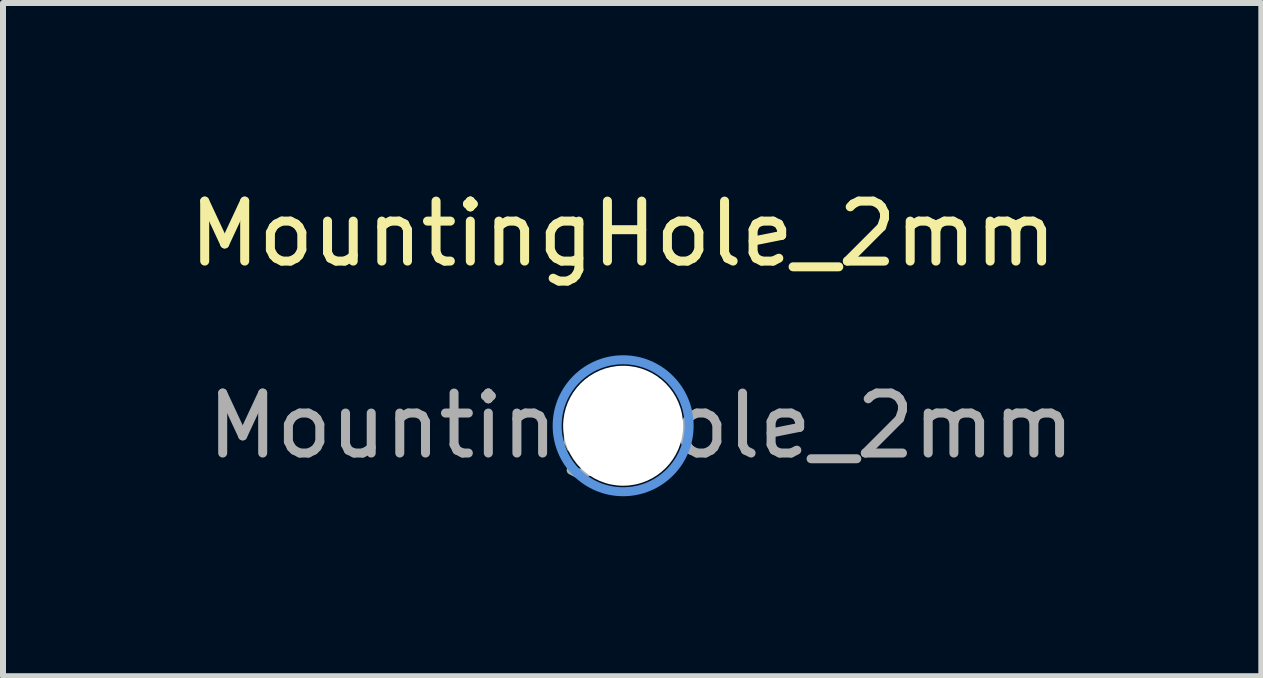
<source format=kicad_pcb>
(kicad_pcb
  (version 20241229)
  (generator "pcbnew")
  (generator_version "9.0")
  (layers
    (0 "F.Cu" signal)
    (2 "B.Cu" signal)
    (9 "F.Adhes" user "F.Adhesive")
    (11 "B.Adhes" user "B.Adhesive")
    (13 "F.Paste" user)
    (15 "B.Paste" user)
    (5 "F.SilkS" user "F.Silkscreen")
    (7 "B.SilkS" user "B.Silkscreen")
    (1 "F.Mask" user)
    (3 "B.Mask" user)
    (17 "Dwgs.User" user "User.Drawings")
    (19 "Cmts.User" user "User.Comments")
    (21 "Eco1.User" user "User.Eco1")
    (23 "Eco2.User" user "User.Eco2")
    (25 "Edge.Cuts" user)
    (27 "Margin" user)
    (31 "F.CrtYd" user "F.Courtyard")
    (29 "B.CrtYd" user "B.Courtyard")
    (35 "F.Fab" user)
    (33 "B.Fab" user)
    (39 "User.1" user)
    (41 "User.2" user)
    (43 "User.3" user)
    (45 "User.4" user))
  (footprint "MountingHole_2mm"
    (layer "F.Cu")
    (at 7.339 4.048)
    (property "Reference" "MountingHole_2mm" (at 0 -3.2 0) (layer "F.SilkS") (effects (font (size 1 1) (thickness 0.15))))
    (attr exclude_from_pos_files exclude_from_bom)
    (fp_circle (center 0 0) (end 1.1 0) (stroke (width 0.15) (type solid)) (fill no) (layer "Cmts.User"))
    (fp_circle (center 0 0) (end 1.1 0) (stroke (width 0.05) (type solid)) (fill no) (layer "F.CrtYd"))
    (fp_text user "${REFERENCE}" (at 0.3 0 0) (layer "F.Fab") (effects (font (size 1 1) (thickness 0.15))))
    (pad "" np_thru_hole circle (at 0 0) (size 2 2) (drill 2) (layers "*.Cu" "*.Mask")))
  (gr_rect
    (start -3 -3)
    (end 17.979 8.223)
    (stroke (width 0.1) (type default))
    (fill no)
    (layer "Edge.Cuts")))
</source>
